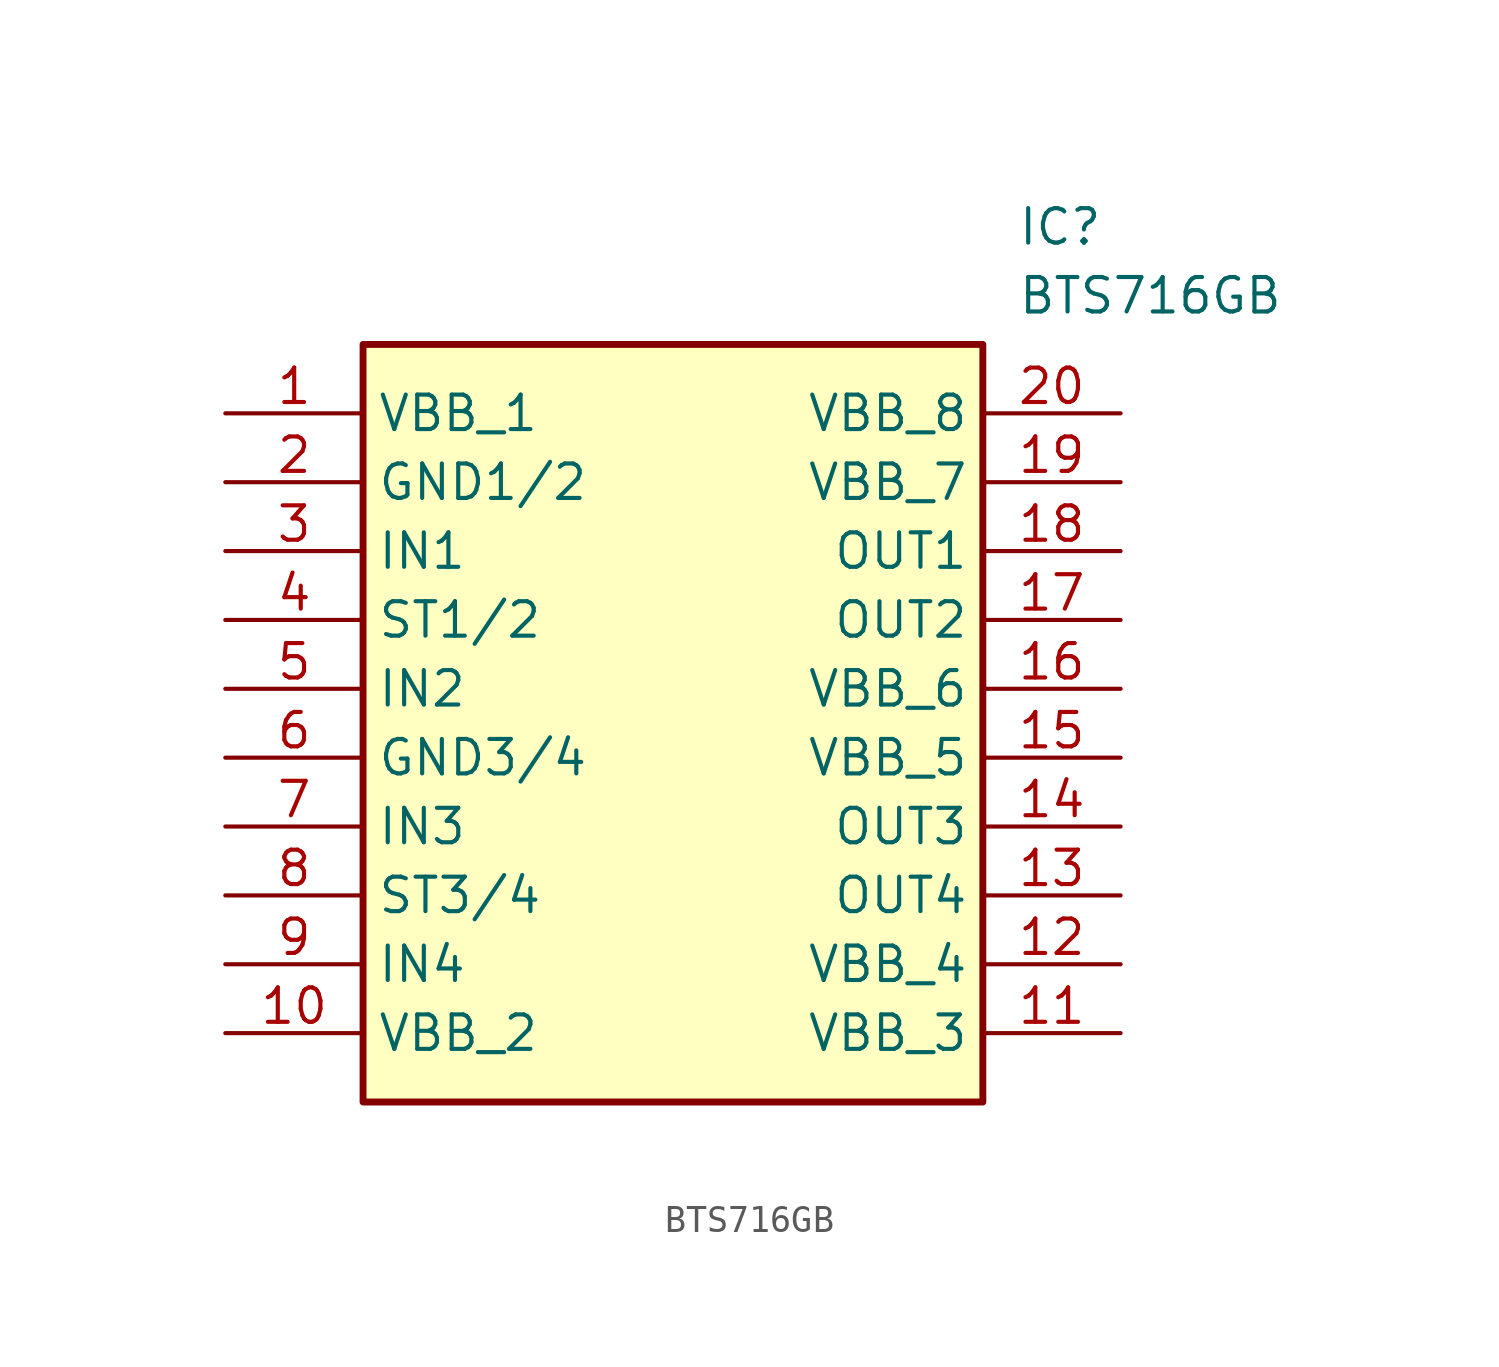
<source format=kicad_sym>
(kicad_symbol_lib
  (version 20211014)
  (generator SamacSys_ECAD_Model)
  (symbol "BTS716GB"
    (property "Reference" "IC"
      (at 29.21 7.62 0)
      (effects (font (size 1.27 1.27)) (justify left top)))
    (property "Value" "BTS716GB"
      (at 29.21 5.08 0)
      (effects (font (size 1.27 1.27)) (justify left top)))
    (rectangle
      (start 5.08 2.54)
      (end 27.94 -25.4)
      (stroke (width 0.254) (type default))
      (fill (type background)))
    (pin passive line
      (at 0 0 0)
      (length 5.08)
      (name "VBB_1" (effects (font (size 1.27 1.27))))
      (number "1" (effects (font (size 1.27 1.27)))))
    (pin passive line
      (at 0 -2.54 0)
      (length 5.08)
      (name "GND1/2" (effects (font (size 1.27 1.27))))
      (number "2" (effects (font (size 1.27 1.27)))))
    (pin passive line
      (at 0 -5.08 0)
      (length 5.08)
      (name "IN1" (effects (font (size 1.27 1.27))))
      (number "3" (effects (font (size 1.27 1.27)))))
    (pin passive line
      (at 0 -7.62 0)
      (length 5.08)
      (name "ST1/2" (effects (font (size 1.27 1.27))))
      (number "4" (effects (font (size 1.27 1.27)))))
    (pin passive line
      (at 0 -10.16 0)
      (length 5.08)
      (name "IN2" (effects (font (size 1.27 1.27))))
      (number "5" (effects (font (size 1.27 1.27)))))
    (pin passive line
      (at 0 -12.7 0)
      (length 5.08)
      (name "GND3/4" (effects (font (size 1.27 1.27))))
      (number "6" (effects (font (size 1.27 1.27)))))
    (pin passive line
      (at 0 -15.24 0)
      (length 5.08)
      (name "IN3" (effects (font (size 1.27 1.27))))
      (number "7" (effects (font (size 1.27 1.27)))))
    (pin passive line
      (at 0 -17.78 0)
      (length 5.08)
      (name "ST3/4" (effects (font (size 1.27 1.27))))
      (number "8" (effects (font (size 1.27 1.27)))))
    (pin passive line
      (at 0 -20.32 0)
      (length 5.08)
      (name "IN4" (effects (font (size 1.27 1.27))))
      (number "9" (effects (font (size 1.27 1.27)))))
    (pin passive line
      (at 0 -22.86 0)
      (length 5.08)
      (name "VBB_2" (effects (font (size 1.27 1.27))))
      (number "10" (effects (font (size 1.27 1.27)))))
    (pin passive line
      (at 33.02 0 180)
      (length 5.08)
      (name "VBB_8" (effects (font (size 1.27 1.27))))
      (number "20" (effects (font (size 1.27 1.27)))))
    (pin passive line
      (at 33.02 -2.54 180)
      (length 5.08)
      (name "VBB_7" (effects (font (size 1.27 1.27))))
      (number "19" (effects (font (size 1.27 1.27)))))
    (pin passive line
      (at 33.02 -5.08 180)
      (length 5.08)
      (name "OUT1" (effects (font (size 1.27 1.27))))
      (number "18" (effects (font (size 1.27 1.27)))))
    (pin passive line
      (at 33.02 -7.62 180)
      (length 5.08)
      (name "OUT2" (effects (font (size 1.27 1.27))))
      (number "17" (effects (font (size 1.27 1.27)))))
    (pin passive line
      (at 33.02 -10.16 180)
      (length 5.08)
      (name "VBB_6" (effects (font (size 1.27 1.27))))
      (number "16" (effects (font (size 1.27 1.27)))))
    (pin passive line
      (at 33.02 -12.7 180)
      (length 5.08)
      (name "VBB_5" (effects (font (size 1.27 1.27))))
      (number "15" (effects (font (size 1.27 1.27)))))
    (pin passive line
      (at 33.02 -15.24 180)
      (length 5.08)
      (name "OUT3" (effects (font (size 1.27 1.27))))
      (number "14" (effects (font (size 1.27 1.27)))))
    (pin passive line
      (at 33.02 -17.78 180)
      (length 5.08)
      (name "OUT4" (effects (font (size 1.27 1.27))))
      (number "13" (effects (font (size 1.27 1.27)))))
    (pin passive line
      (at 33.02 -20.32 180)
      (length 5.08)
      (name "VBB_4" (effects (font (size 1.27 1.27))))
      (number "12" (effects (font (size 1.27 1.27)))))
    (pin passive line
      (at 33.02 -22.86 180)
      (length 5.08)
      (name "VBB_3" (effects (font (size 1.27 1.27))))
      (number "11" (effects (font (size 1.27 1.27)))))))
</source>
